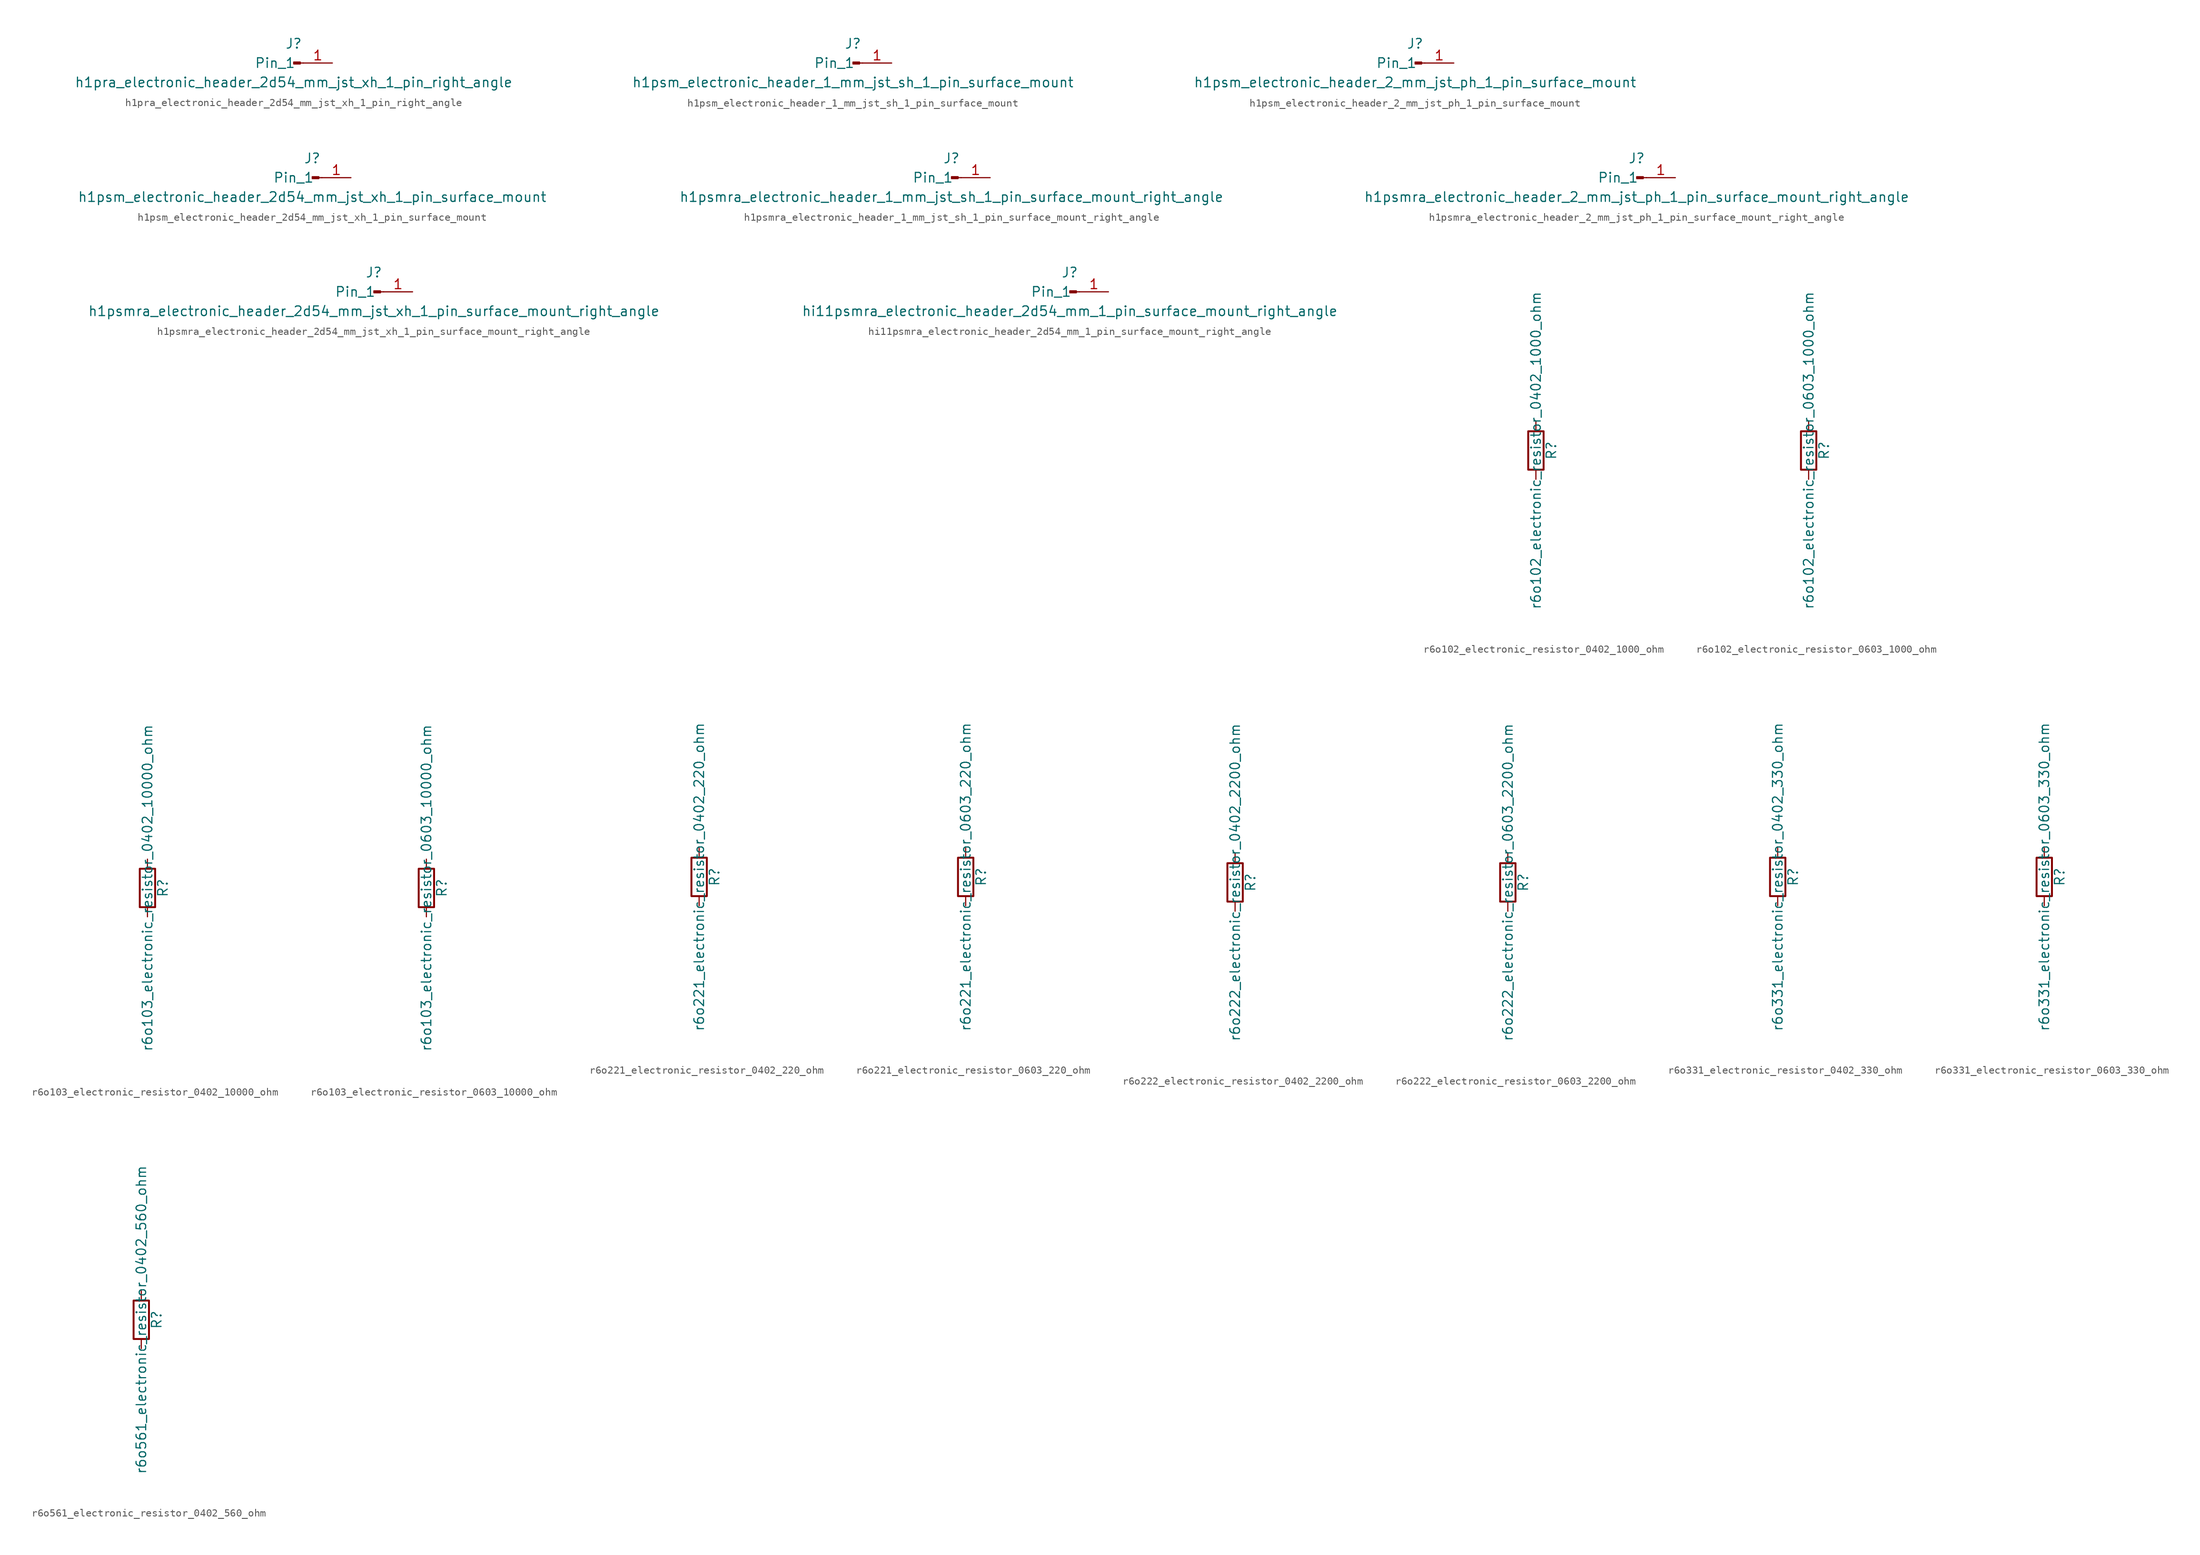
<source format=kicad_sym>
(kicad_symbol_lib
  (version 20220914)
  (generator kicad_symbol_editor)
  (symbol "h1pra_electronic_header_2d54_mm_jst_xh_1_pin_right_angle"
    (pin_names
      (offset 1.016))
    (property "Reference" "J"
      (at 0 2.54 0)
      (effects (font (size 1.27 1.27))))
    (property "Value" "h1pra_electronic_header_2d54_mm_jst_xh_1_pin_right_angle"
      (at 0 -2.54 0)
      (effects (font (size 1.27 1.27))))
    (property "ki_locked" ""
      (at 0 0 0)
      (effects (font (size 1.27 1.27))))
    (symbol "h1pra_electronic_header_2d54_mm_jst_xh_1_pin_right_angle_1_1"
      (polyline (pts (xy 1.27 0) (xy 0.864 0)) (stroke (width 0.152) (type default)) (fill (type none)))
      (rectangle (start 0.864 0.127) (end 0 -0.127) (stroke (width 0.152) (type default)) (fill (type outline)))
      (pin passive line (at 5.08 0 180) (length 3.81) (name "Pin_1" (effects (font (size 1.27 1.27)))) (number "1" (effects (font (size 1.27 1.27)))))))
  (symbol "h1psm_electronic_header_1_mm_jst_sh_1_pin_surface_mount"
    (pin_names
      (offset 1.016))
    (property "Reference" "J"
      (at 0 2.54 0)
      (effects (font (size 1.27 1.27))))
    (property "Value" "h1psm_electronic_header_1_mm_jst_sh_1_pin_surface_mount"
      (at 0 -2.54 0)
      (effects (font (size 1.27 1.27))))
    (property "ki_locked" ""
      (at 0 0 0)
      (effects (font (size 1.27 1.27))))
    (symbol "h1psm_electronic_header_1_mm_jst_sh_1_pin_surface_mount_1_1"
      (polyline (pts (xy 1.27 0) (xy 0.864 0)) (stroke (width 0.152) (type default)) (fill (type none)))
      (rectangle (start 0.864 0.127) (end 0 -0.127) (stroke (width 0.152) (type default)) (fill (type outline)))
      (pin passive line (at 5.08 0 180) (length 3.81) (name "Pin_1" (effects (font (size 1.27 1.27)))) (number "1" (effects (font (size 1.27 1.27)))))))
  (symbol "h1psm_electronic_header_2_mm_jst_ph_1_pin_surface_mount"
    (pin_names
      (offset 1.016))
    (property "Reference" "J"
      (at 0 2.54 0)
      (effects (font (size 1.27 1.27))))
    (property "Value" "h1psm_electronic_header_2_mm_jst_ph_1_pin_surface_mount"
      (at 0 -2.54 0)
      (effects (font (size 1.27 1.27))))
    (property "ki_locked" ""
      (at 0 0 0)
      (effects (font (size 1.27 1.27))))
    (symbol "h1psm_electronic_header_2_mm_jst_ph_1_pin_surface_mount_1_1"
      (polyline (pts (xy 1.27 0) (xy 0.864 0)) (stroke (width 0.152) (type default)) (fill (type none)))
      (rectangle (start 0.864 0.127) (end 0 -0.127) (stroke (width 0.152) (type default)) (fill (type outline)))
      (pin passive line (at 5.08 0 180) (length 3.81) (name "Pin_1" (effects (font (size 1.27 1.27)))) (number "1" (effects (font (size 1.27 1.27)))))))
  (symbol "h1psm_electronic_header_2d54_mm_jst_xh_1_pin_surface_mount"
    (pin_names
      (offset 1.016))
    (property "Reference" "J"
      (at 0 2.54 0)
      (effects (font (size 1.27 1.27))))
    (property "Value" "h1psm_electronic_header_2d54_mm_jst_xh_1_pin_surface_mount"
      (at 0 -2.54 0)
      (effects (font (size 1.27 1.27))))
    (property "ki_locked" ""
      (at 0 0 0)
      (effects (font (size 1.27 1.27))))
    (symbol "h1psm_electronic_header_2d54_mm_jst_xh_1_pin_surface_mount_1_1"
      (polyline (pts (xy 1.27 0) (xy 0.864 0)) (stroke (width 0.152) (type default)) (fill (type none)))
      (rectangle (start 0.864 0.127) (end 0 -0.127) (stroke (width 0.152) (type default)) (fill (type outline)))
      (pin passive line (at 5.08 0 180) (length 3.81) (name "Pin_1" (effects (font (size 1.27 1.27)))) (number "1" (effects (font (size 1.27 1.27)))))))
  (symbol "h1psmra_electronic_header_1_mm_jst_sh_1_pin_surface_mount_right_angle"
    (pin_names
      (offset 1.016))
    (property "Reference" "J"
      (at 0 2.54 0)
      (effects (font (size 1.27 1.27))))
    (property "Value" "h1psmra_electronic_header_1_mm_jst_sh_1_pin_surface_mount_right_angle"
      (at 0 -2.54 0)
      (effects (font (size 1.27 1.27))))
    (property "ki_locked" ""
      (at 0 0 0)
      (effects (font (size 1.27 1.27))))
    (symbol "h1psmra_electronic_header_1_mm_jst_sh_1_pin_surface_mount_right_angle_1_1"
      (polyline (pts (xy 1.27 0) (xy 0.864 0)) (stroke (width 0.152) (type default)) (fill (type none)))
      (rectangle (start 0.864 0.127) (end 0 -0.127) (stroke (width 0.152) (type default)) (fill (type outline)))
      (pin passive line (at 5.08 0 180) (length 3.81) (name "Pin_1" (effects (font (size 1.27 1.27)))) (number "1" (effects (font (size 1.27 1.27)))))))
  (symbol "h1psmra_electronic_header_2_mm_jst_ph_1_pin_surface_mount_right_angle"
    (pin_names
      (offset 1.016))
    (property "Reference" "J"
      (at 0 2.54 0)
      (effects (font (size 1.27 1.27))))
    (property "Value" "h1psmra_electronic_header_2_mm_jst_ph_1_pin_surface_mount_right_angle"
      (at 0 -2.54 0)
      (effects (font (size 1.27 1.27))))
    (property "ki_locked" ""
      (at 0 0 0)
      (effects (font (size 1.27 1.27))))
    (symbol "h1psmra_electronic_header_2_mm_jst_ph_1_pin_surface_mount_right_angle_1_1"
      (polyline (pts (xy 1.27 0) (xy 0.864 0)) (stroke (width 0.152) (type default)) (fill (type none)))
      (rectangle (start 0.864 0.127) (end 0 -0.127) (stroke (width 0.152) (type default)) (fill (type outline)))
      (pin passive line (at 5.08 0 180) (length 3.81) (name "Pin_1" (effects (font (size 1.27 1.27)))) (number "1" (effects (font (size 1.27 1.27)))))))
  (symbol "h1psmra_electronic_header_2d54_mm_jst_xh_1_pin_surface_mount_right_angle"
    (pin_names
      (offset 1.016))
    (property "Reference" "J"
      (at 0 2.54 0)
      (effects (font (size 1.27 1.27))))
    (property "Value" "h1psmra_electronic_header_2d54_mm_jst_xh_1_pin_surface_mount_right_angle"
      (at 0 -2.54 0)
      (effects (font (size 1.27 1.27))))
    (property "ki_locked" ""
      (at 0 0 0)
      (effects (font (size 1.27 1.27))))
    (symbol "h1psmra_electronic_header_2d54_mm_jst_xh_1_pin_surface_mount_right_angle_1_1"
      (polyline (pts (xy 1.27 0) (xy 0.864 0)) (stroke (width 0.152) (type default)) (fill (type none)))
      (rectangle (start 0.864 0.127) (end 0 -0.127) (stroke (width 0.152) (type default)) (fill (type outline)))
      (pin passive line (at 5.08 0 180) (length 3.81) (name "Pin_1" (effects (font (size 1.27 1.27)))) (number "1" (effects (font (size 1.27 1.27)))))))
  (symbol "hi11psmra_electronic_header_2d54_mm_1_pin_surface_mount_right_angle"
    (pin_names
      (offset 1.016))
    (property "Reference" "J"
      (at 0 2.54 0)
      (effects (font (size 1.27 1.27))))
    (property "Value" "hi11psmra_electronic_header_2d54_mm_1_pin_surface_mount_right_angle"
      (at 0 -2.54 0)
      (effects (font (size 1.27 1.27))))
    (property "ki_locked" ""
      (at 0 0 0)
      (effects (font (size 1.27 1.27))))
    (symbol "hi11psmra_electronic_header_2d54_mm_1_pin_surface_mount_right_angle_1_1"
      (polyline (pts (xy 1.27 0) (xy 0.864 0)) (stroke (width 0.152) (type default)) (fill (type none)))
      (rectangle (start 0.864 0.127) (end 0 -0.127) (stroke (width 0.152) (type default)) (fill (type outline)))
      (pin passive line (at 5.08 0 180) (length 3.81) (name "Pin_1" (effects (font (size 1.27 1.27)))) (number "1" (effects (font (size 1.27 1.27)))))))
  (symbol "r6o102_electronic_resistor_0402_1000_ohm"
    (pin_numbers hide)
    (pin_names
      (offset 0))
    (property "Reference" "R"
      (at 2.032 0 90)
      (effects (font (size 1.27 1.27))))
    (property "Value" "r6o102_electronic_resistor_0402_1000_ohm"
      (at 0 0 90)
      (effects (font (size 1.27 1.27))))
    (symbol "r6o102_electronic_resistor_0402_1000_ohm_0_1"
      (rectangle (start -1.016 -2.54) (end 1.016 2.54) (stroke (width 0.254) (type default)) (fill (type none))))
    (symbol "r6o102_electronic_resistor_0402_1000_ohm_1_1"
      (pin passive line (at 0 3.81 270) (length 1.27) (name "~" (effects (font (size 1.27 1.27)))) (number "1" (effects (font (size 1.27 1.27)))))
      (pin passive line (at 0 -3.81 90) (length 1.27) (name "~" (effects (font (size 1.27 1.27)))) (number "2" (effects (font (size 1.27 1.27)))))))
  (symbol "r6o102_electronic_resistor_0603_1000_ohm"
    (pin_numbers hide)
    (pin_names
      (offset 0))
    (property "Reference" "R"
      (at 2.032 0 90)
      (effects (font (size 1.27 1.27))))
    (property "Value" "r6o102_electronic_resistor_0603_1000_ohm"
      (at 0 0 90)
      (effects (font (size 1.27 1.27))))
    (symbol "r6o102_electronic_resistor_0603_1000_ohm_0_1"
      (rectangle (start -1.016 -2.54) (end 1.016 2.54) (stroke (width 0.254) (type default)) (fill (type none))))
    (symbol "r6o102_electronic_resistor_0603_1000_ohm_1_1"
      (pin passive line (at 0 3.81 270) (length 1.27) (name "~" (effects (font (size 1.27 1.27)))) (number "1" (effects (font (size 1.27 1.27)))))
      (pin passive line (at 0 -3.81 90) (length 1.27) (name "~" (effects (font (size 1.27 1.27)))) (number "2" (effects (font (size 1.27 1.27)))))))
  (symbol "r6o103_electronic_resistor_0402_10000_ohm"
    (pin_numbers hide)
    (pin_names
      (offset 0))
    (property "Reference" "R"
      (at 2.032 0 90)
      (effects (font (size 1.27 1.27))))
    (property "Value" "r6o103_electronic_resistor_0402_10000_ohm"
      (at 0 0 90)
      (effects (font (size 1.27 1.27))))
    (symbol "r6o103_electronic_resistor_0402_10000_ohm_0_1"
      (rectangle (start -1.016 -2.54) (end 1.016 2.54) (stroke (width 0.254) (type default)) (fill (type none))))
    (symbol "r6o103_electronic_resistor_0402_10000_ohm_1_1"
      (pin passive line (at 0 3.81 270) (length 1.27) (name "~" (effects (font (size 1.27 1.27)))) (number "1" (effects (font (size 1.27 1.27)))))
      (pin passive line (at 0 -3.81 90) (length 1.27) (name "~" (effects (font (size 1.27 1.27)))) (number "2" (effects (font (size 1.27 1.27)))))))
  (symbol "r6o103_electronic_resistor_0603_10000_ohm"
    (pin_numbers hide)
    (pin_names
      (offset 0))
    (property "Reference" "R"
      (at 2.032 0 90)
      (effects (font (size 1.27 1.27))))
    (property "Value" "r6o103_electronic_resistor_0603_10000_ohm"
      (at 0 0 90)
      (effects (font (size 1.27 1.27))))
    (symbol "r6o103_electronic_resistor_0603_10000_ohm_0_1"
      (rectangle (start -1.016 -2.54) (end 1.016 2.54) (stroke (width 0.254) (type default)) (fill (type none))))
    (symbol "r6o103_electronic_resistor_0603_10000_ohm_1_1"
      (pin passive line (at 0 3.81 270) (length 1.27) (name "~" (effects (font (size 1.27 1.27)))) (number "1" (effects (font (size 1.27 1.27)))))
      (pin passive line (at 0 -3.81 90) (length 1.27) (name "~" (effects (font (size 1.27 1.27)))) (number "2" (effects (font (size 1.27 1.27)))))))
  (symbol "r6o221_electronic_resistor_0402_220_ohm"
    (pin_numbers hide)
    (pin_names
      (offset 0))
    (property "Reference" "R"
      (at 2.032 0 90)
      (effects (font (size 1.27 1.27))))
    (property "Value" "r6o221_electronic_resistor_0402_220_ohm"
      (at 0 0 90)
      (effects (font (size 1.27 1.27))))
    (symbol "r6o221_electronic_resistor_0402_220_ohm_0_1"
      (rectangle (start -1.016 -2.54) (end 1.016 2.54) (stroke (width 0.254) (type default)) (fill (type none))))
    (symbol "r6o221_electronic_resistor_0402_220_ohm_1_1"
      (pin passive line (at 0 3.81 270) (length 1.27) (name "~" (effects (font (size 1.27 1.27)))) (number "1" (effects (font (size 1.27 1.27)))))
      (pin passive line (at 0 -3.81 90) (length 1.27) (name "~" (effects (font (size 1.27 1.27)))) (number "2" (effects (font (size 1.27 1.27)))))))
  (symbol "r6o221_electronic_resistor_0603_220_ohm"
    (pin_numbers hide)
    (pin_names
      (offset 0))
    (property "Reference" "R"
      (at 2.032 0 90)
      (effects (font (size 1.27 1.27))))
    (property "Value" "r6o221_electronic_resistor_0603_220_ohm"
      (at 0 0 90)
      (effects (font (size 1.27 1.27))))
    (symbol "r6o221_electronic_resistor_0603_220_ohm_0_1"
      (rectangle (start -1.016 -2.54) (end 1.016 2.54) (stroke (width 0.254) (type default)) (fill (type none))))
    (symbol "r6o221_electronic_resistor_0603_220_ohm_1_1"
      (pin passive line (at 0 3.81 270) (length 1.27) (name "~" (effects (font (size 1.27 1.27)))) (number "1" (effects (font (size 1.27 1.27)))))
      (pin passive line (at 0 -3.81 90) (length 1.27) (name "~" (effects (font (size 1.27 1.27)))) (number "2" (effects (font (size 1.27 1.27)))))))
  (symbol "r6o222_electronic_resistor_0402_2200_ohm"
    (pin_numbers hide)
    (pin_names
      (offset 0))
    (property "Reference" "R"
      (at 2.032 0 90)
      (effects (font (size 1.27 1.27))))
    (property "Value" "r6o222_electronic_resistor_0402_2200_ohm"
      (at 0 0 90)
      (effects (font (size 1.27 1.27))))
    (symbol "r6o222_electronic_resistor_0402_2200_ohm_0_1"
      (rectangle (start -1.016 -2.54) (end 1.016 2.54) (stroke (width 0.254) (type default)) (fill (type none))))
    (symbol "r6o222_electronic_resistor_0402_2200_ohm_1_1"
      (pin passive line (at 0 3.81 270) (length 1.27) (name "~" (effects (font (size 1.27 1.27)))) (number "1" (effects (font (size 1.27 1.27)))))
      (pin passive line (at 0 -3.81 90) (length 1.27) (name "~" (effects (font (size 1.27 1.27)))) (number "2" (effects (font (size 1.27 1.27)))))))
  (symbol "r6o222_electronic_resistor_0603_2200_ohm"
    (pin_numbers hide)
    (pin_names
      (offset 0))
    (property "Reference" "R"
      (at 2.032 0 90)
      (effects (font (size 1.27 1.27))))
    (property "Value" "r6o222_electronic_resistor_0603_2200_ohm"
      (at 0 0 90)
      (effects (font (size 1.27 1.27))))
    (symbol "r6o222_electronic_resistor_0603_2200_ohm_0_1"
      (rectangle (start -1.016 -2.54) (end 1.016 2.54) (stroke (width 0.254) (type default)) (fill (type none))))
    (symbol "r6o222_electronic_resistor_0603_2200_ohm_1_1"
      (pin passive line (at 0 3.81 270) (length 1.27) (name "~" (effects (font (size 1.27 1.27)))) (number "1" (effects (font (size 1.27 1.27)))))
      (pin passive line (at 0 -3.81 90) (length 1.27) (name "~" (effects (font (size 1.27 1.27)))) (number "2" (effects (font (size 1.27 1.27)))))))
  (symbol "r6o331_electronic_resistor_0402_330_ohm"
    (pin_numbers hide)
    (pin_names
      (offset 0))
    (property "Reference" "R"
      (at 2.032 0 90)
      (effects (font (size 1.27 1.27))))
    (property "Value" "r6o331_electronic_resistor_0402_330_ohm"
      (at 0 0 90)
      (effects (font (size 1.27 1.27))))
    (symbol "r6o331_electronic_resistor_0402_330_ohm_0_1"
      (rectangle (start -1.016 -2.54) (end 1.016 2.54) (stroke (width 0.254) (type default)) (fill (type none))))
    (symbol "r6o331_electronic_resistor_0402_330_ohm_1_1"
      (pin passive line (at 0 3.81 270) (length 1.27) (name "~" (effects (font (size 1.27 1.27)))) (number "1" (effects (font (size 1.27 1.27)))))
      (pin passive line (at 0 -3.81 90) (length 1.27) (name "~" (effects (font (size 1.27 1.27)))) (number "2" (effects (font (size 1.27 1.27)))))))
  (symbol "r6o331_electronic_resistor_0603_330_ohm"
    (pin_numbers hide)
    (pin_names
      (offset 0))
    (property "Reference" "R"
      (at 2.032 0 90)
      (effects (font (size 1.27 1.27))))
    (property "Value" "r6o331_electronic_resistor_0603_330_ohm"
      (at 0 0 90)
      (effects (font (size 1.27 1.27))))
    (symbol "r6o331_electronic_resistor_0603_330_ohm_0_1"
      (rectangle (start -1.016 -2.54) (end 1.016 2.54) (stroke (width 0.254) (type default)) (fill (type none))))
    (symbol "r6o331_electronic_resistor_0603_330_ohm_1_1"
      (pin passive line (at 0 3.81 270) (length 1.27) (name "~" (effects (font (size 1.27 1.27)))) (number "1" (effects (font (size 1.27 1.27)))))
      (pin passive line (at 0 -3.81 90) (length 1.27) (name "~" (effects (font (size 1.27 1.27)))) (number "2" (effects (font (size 1.27 1.27)))))))
  (symbol "r6o561_electronic_resistor_0402_560_ohm"
    (pin_numbers hide)
    (pin_names
      (offset 0))
    (property "Reference" "R"
      (at 2.032 0 90)
      (effects (font (size 1.27 1.27))))
    (property "Value" "r6o561_electronic_resistor_0402_560_ohm"
      (at 0 0 90)
      (effects (font (size 1.27 1.27))))
    (symbol "r6o561_electronic_resistor_0402_560_ohm_0_1"
      (rectangle (start -1.016 -2.54) (end 1.016 2.54) (stroke (width 0.254) (type default)) (fill (type none))))
    (symbol "r6o561_electronic_resistor_0402_560_ohm_1_1"
      (pin passive line (at 0 3.81 270) (length 1.27) (name "~" (effects (font (size 1.27 1.27)))) (number "1" (effects (font (size 1.27 1.27)))))
      (pin passive line (at 0 -3.81 90) (length 1.27) (name "~" (effects (font (size 1.27 1.27)))) (number "2" (effects (font (size 1.27 1.27))))))))
</source>
